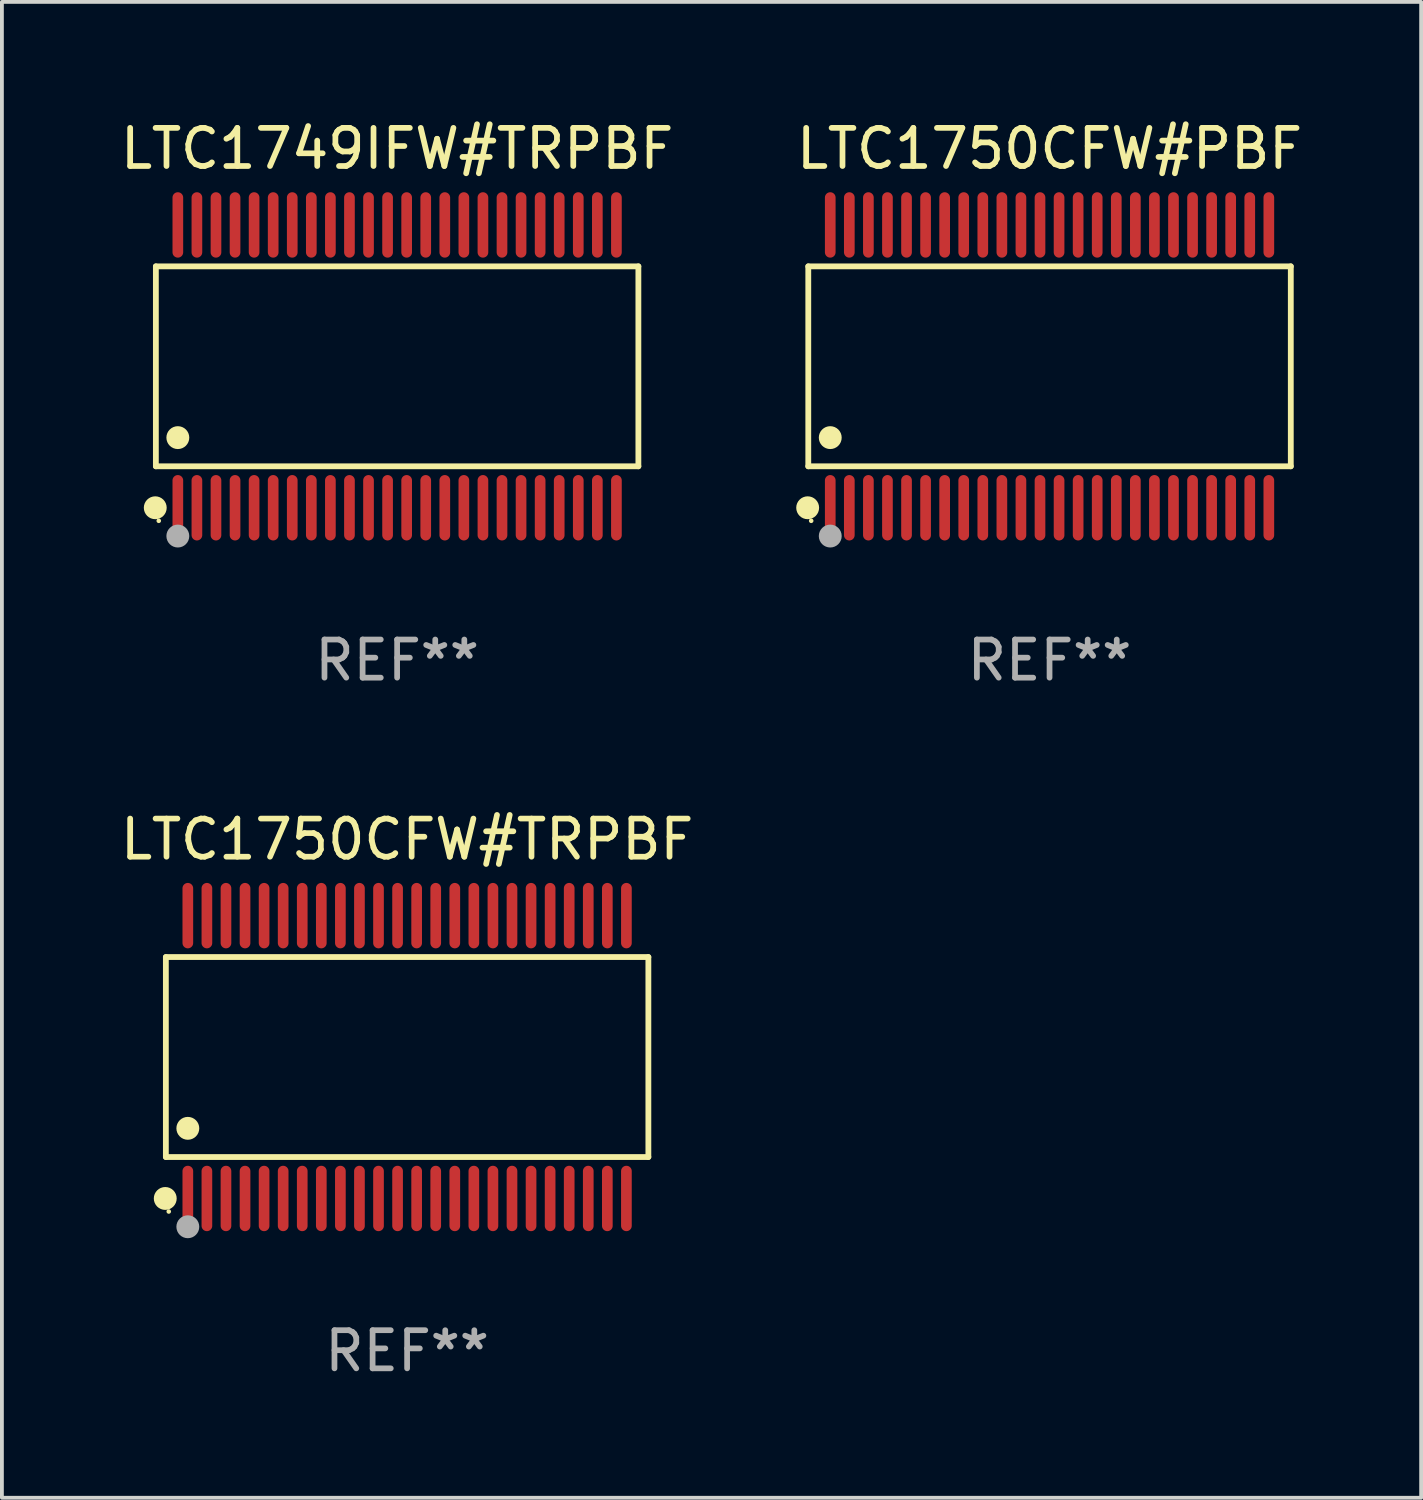
<source format=kicad_pcb>
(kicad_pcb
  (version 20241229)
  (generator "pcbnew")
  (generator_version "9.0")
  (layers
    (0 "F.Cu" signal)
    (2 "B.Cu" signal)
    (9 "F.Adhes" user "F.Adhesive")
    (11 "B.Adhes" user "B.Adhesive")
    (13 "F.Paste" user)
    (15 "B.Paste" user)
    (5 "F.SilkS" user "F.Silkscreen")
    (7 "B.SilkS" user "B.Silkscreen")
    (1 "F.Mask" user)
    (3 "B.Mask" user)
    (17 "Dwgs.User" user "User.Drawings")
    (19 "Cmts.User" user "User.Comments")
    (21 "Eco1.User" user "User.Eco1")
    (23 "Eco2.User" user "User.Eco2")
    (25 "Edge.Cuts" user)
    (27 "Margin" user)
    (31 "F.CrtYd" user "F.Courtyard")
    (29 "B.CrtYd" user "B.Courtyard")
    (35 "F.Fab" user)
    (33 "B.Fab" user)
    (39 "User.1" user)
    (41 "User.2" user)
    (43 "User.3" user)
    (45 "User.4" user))
  (footprint "LTC1750CFW#PBF"
    (layer "F.Cu")
    (at 24.47 6.556)
    (property "Reference" "LTC1750CFW#PBF" (at 0 -5.708 0) (layer "F.SilkS") (effects (font (size 1 1) (thickness 0.15))))
    (attr through_hole)
    (fp_line (start -6.326 -2.622) (end 6.326 -2.622) (stroke (width 0.152) (type solid)) (layer "F.SilkS"))
    (fp_line (start -6.326 2.621) (end -6.326 -2.622) (stroke (width 0.152) (type solid)) (layer "F.SilkS"))
    (fp_line (start 6.326 -2.622) (end 6.326 2.621) (stroke (width 0.152) (type solid)) (layer "F.SilkS"))
    (fp_line (start 6.326 2.621) (end -6.326 2.621) (stroke (width 0.152) (type solid)) (layer "F.SilkS"))
    (fp_circle (center -6.342 3.708) (end -6.192 3.708) (stroke (width 0.3) (type solid)) (fill no) (layer "F.SilkS"))
    (fp_circle (center -6.25 4.05) (end -6.22 4.05) (stroke (width 0.06) (type solid)) (fill no) (layer "F.SilkS"))
    (fp_circle (center -5.75 1.869) (end -5.6 1.869) (stroke (width 0.3) (type solid)) (fill no) (layer "F.SilkS"))
    (fp_circle (center -5.75 4.45) (end -5.6 4.45) (stroke (width 0.3) (type solid)) (fill no) (layer "F.Fab"))
    (fp_text user "REF**" (at 0 7.708 0) (layer "F.Fab") (effects (font (size 1 1) (thickness 0.15))))
    (pad "1" smd oval (at -5.75 3.708) (size 0.28 1.715) (layers "F.Cu" "F.Mask" "F.Paste"))
    (pad "2" smd oval (at -5.25 3.708) (size 0.28 1.715) (layers "F.Cu" "F.Mask" "F.Paste"))
    (pad "3" smd oval (at -4.75 3.708) (size 0.28 1.715) (layers "F.Cu" "F.Mask" "F.Paste"))
    (pad "4" smd oval (at -4.25 3.708) (size 0.28 1.715) (layers "F.Cu" "F.Mask" "F.Paste"))
    (pad "5" smd oval (at -3.75 3.708) (size 0.28 1.715) (layers "F.Cu" "F.Mask" "F.Paste"))
    (pad "6" smd oval (at -3.25 3.708) (size 0.28 1.715) (layers "F.Cu" "F.Mask" "F.Paste"))
    (pad "7" smd oval (at -2.75 3.708) (size 0.28 1.715) (layers "F.Cu" "F.Mask" "F.Paste"))
    (pad "8" smd oval (at -2.25 3.708) (size 0.28 1.715) (layers "F.Cu" "F.Mask" "F.Paste"))
    (pad "9" smd oval (at -1.75 3.708) (size 0.28 1.715) (layers "F.Cu" "F.Mask" "F.Paste"))
    (pad "10" smd oval (at -1.25 3.708) (size 0.28 1.715) (layers "F.Cu" "F.Mask" "F.Paste"))
    (pad "11" smd oval (at -0.75 3.708) (size 0.28 1.715) (layers "F.Cu" "F.Mask" "F.Paste"))
    (pad "12" smd oval (at -0.25 3.708) (size 0.28 1.715) (layers "F.Cu" "F.Mask" "F.Paste"))
    (pad "13" smd oval (at 0.25 3.708) (size 0.28 1.715) (layers "F.Cu" "F.Mask" "F.Paste"))
    (pad "14" smd oval (at 0.75 3.708) (size 0.28 1.715) (layers "F.Cu" "F.Mask" "F.Paste"))
    (pad "15" smd oval (at 1.25 3.708) (size 0.28 1.715) (layers "F.Cu" "F.Mask" "F.Paste"))
    (pad "16" smd oval (at 1.75 3.708) (size 0.28 1.715) (layers "F.Cu" "F.Mask" "F.Paste"))
    (pad "17" smd oval (at 2.25 3.708) (size 0.28 1.715) (layers "F.Cu" "F.Mask" "F.Paste"))
    (pad "18" smd oval (at 2.75 3.708) (size 0.28 1.715) (layers "F.Cu" "F.Mask" "F.Paste"))
    (pad "19" smd oval (at 3.25 3.708) (size 0.28 1.715) (layers "F.Cu" "F.Mask" "F.Paste"))
    (pad "20" smd oval (at 3.75 3.708) (size 0.28 1.715) (layers "F.Cu" "F.Mask" "F.Paste"))
    (pad "21" smd oval (at 4.25 3.708) (size 0.28 1.715) (layers "F.Cu" "F.Mask" "F.Paste"))
    (pad "22" smd oval (at 4.75 3.708) (size 0.28 1.715) (layers "F.Cu" "F.Mask" "F.Paste"))
    (pad "23" smd oval (at 5.25 3.708) (size 0.28 1.715) (layers "F.Cu" "F.Mask" "F.Paste"))
    (pad "24" smd oval (at 5.75 3.708) (size 0.28 1.715) (layers "F.Cu" "F.Mask" "F.Paste"))
    (pad "25" smd oval (at 5.75 -3.708) (size 0.28 1.715) (layers "F.Cu" "F.Mask" "F.Paste"))
    (pad "26" smd oval (at 5.25 -3.708) (size 0.28 1.715) (layers "F.Cu" "F.Mask" "F.Paste"))
    (pad "27" smd oval (at 4.75 -3.708) (size 0.28 1.715) (layers "F.Cu" "F.Mask" "F.Paste"))
    (pad "28" smd oval (at 4.25 -3.708) (size 0.28 1.715) (layers "F.Cu" "F.Mask" "F.Paste"))
    (pad "29" smd oval (at 3.75 -3.708) (size 0.28 1.715) (layers "F.Cu" "F.Mask" "F.Paste"))
    (pad "30" smd oval (at 3.25 -3.708) (size 0.28 1.715) (layers "F.Cu" "F.Mask" "F.Paste"))
    (pad "31" smd oval (at 2.75 -3.708) (size 0.28 1.715) (layers "F.Cu" "F.Mask" "F.Paste"))
    (pad "32" smd oval (at 2.25 -3.708) (size 0.28 1.715) (layers "F.Cu" "F.Mask" "F.Paste"))
    (pad "33" smd oval (at 1.75 -3.708) (size 0.28 1.715) (layers "F.Cu" "F.Mask" "F.Paste"))
    (pad "34" smd oval (at 1.25 -3.708) (size 0.28 1.715) (layers "F.Cu" "F.Mask" "F.Paste"))
    (pad "35" smd oval (at 0.75 -3.708) (size 0.28 1.715) (layers "F.Cu" "F.Mask" "F.Paste"))
    (pad "36" smd oval (at 0.25 -3.708) (size 0.28 1.715) (layers "F.Cu" "F.Mask" "F.Paste"))
    (pad "37" smd oval (at -0.25 -3.708) (size 0.28 1.715) (layers "F.Cu" "F.Mask" "F.Paste"))
    (pad "38" smd oval (at -0.75 -3.708) (size 0.28 1.715) (layers "F.Cu" "F.Mask" "F.Paste"))
    (pad "39" smd oval (at -1.25 -3.708) (size 0.28 1.715) (layers "F.Cu" "F.Mask" "F.Paste"))
    (pad "40" smd oval (at -1.75 -3.708) (size 0.28 1.715) (layers "F.Cu" "F.Mask" "F.Paste"))
    (pad "41" smd oval (at -2.25 -3.708) (size 0.28 1.715) (layers "F.Cu" "F.Mask" "F.Paste"))
    (pad "42" smd oval (at -2.75 -3.708) (size 0.28 1.715) (layers "F.Cu" "F.Mask" "F.Paste"))
    (pad "43" smd oval (at -3.25 -3.708) (size 0.28 1.715) (layers "F.Cu" "F.Mask" "F.Paste"))
    (pad "44" smd oval (at -3.75 -3.708) (size 0.28 1.715) (layers "F.Cu" "F.Mask" "F.Paste"))
    (pad "45" smd oval (at -4.25 -3.708) (size 0.28 1.715) (layers "F.Cu" "F.Mask" "F.Paste"))
    (pad "46" smd oval (at -4.75 -3.708) (size 0.28 1.715) (layers "F.Cu" "F.Mask" "F.Paste"))
    (pad "47" smd oval (at -5.25 -3.708) (size 0.28 1.715) (layers "F.Cu" "F.Mask" "F.Paste"))
    (pad "48" smd oval (at -5.75 -3.708) (size 0.28 1.715) (layers "F.Cu" "F.Mask" "F.Paste")))
  (footprint "LTC1750CFW#TRPBF"
    (layer "F.Cu")
    (at 7.625 24.667)
    (property "Reference" "LTC1750CFW#TRPBF" (at 0 -5.708 0) (layer "F.SilkS") (effects (font (size 1 1) (thickness 0.15))))
    (attr through_hole)
    (fp_line (start -6.326 -2.622) (end 6.326 -2.622) (stroke (width 0.152) (type solid)) (layer "F.SilkS"))
    (fp_line (start -6.326 2.621) (end -6.326 -2.622) (stroke (width 0.152) (type solid)) (layer "F.SilkS"))
    (fp_line (start 6.326 -2.622) (end 6.326 2.621) (stroke (width 0.152) (type solid)) (layer "F.SilkS"))
    (fp_line (start 6.326 2.621) (end -6.326 2.621) (stroke (width 0.152) (type solid)) (layer "F.SilkS"))
    (fp_circle (center -6.342 3.708) (end -6.192 3.708) (stroke (width 0.3) (type solid)) (fill no) (layer "F.SilkS"))
    (fp_circle (center -6.25 4.05) (end -6.22 4.05) (stroke (width 0.06) (type solid)) (fill no) (layer "F.SilkS"))
    (fp_circle (center -5.75 1.869) (end -5.6 1.869) (stroke (width 0.3) (type solid)) (fill no) (layer "F.SilkS"))
    (fp_circle (center -5.75 4.45) (end -5.6 4.45) (stroke (width 0.3) (type solid)) (fill no) (layer "F.Fab"))
    (fp_text user "REF**" (at 0 7.708 0) (layer "F.Fab") (effects (font (size 1 1) (thickness 0.15))))
    (pad "1" smd oval (at -5.75 3.708) (size 0.28 1.715) (layers "F.Cu" "F.Mask" "F.Paste"))
    (pad "2" smd oval (at -5.25 3.708) (size 0.28 1.715) (layers "F.Cu" "F.Mask" "F.Paste"))
    (pad "3" smd oval (at -4.75 3.708) (size 0.28 1.715) (layers "F.Cu" "F.Mask" "F.Paste"))
    (pad "4" smd oval (at -4.25 3.708) (size 0.28 1.715) (layers "F.Cu" "F.Mask" "F.Paste"))
    (pad "5" smd oval (at -3.75 3.708) (size 0.28 1.715) (layers "F.Cu" "F.Mask" "F.Paste"))
    (pad "6" smd oval (at -3.25 3.708) (size 0.28 1.715) (layers "F.Cu" "F.Mask" "F.Paste"))
    (pad "7" smd oval (at -2.75 3.708) (size 0.28 1.715) (layers "F.Cu" "F.Mask" "F.Paste"))
    (pad "8" smd oval (at -2.25 3.708) (size 0.28 1.715) (layers "F.Cu" "F.Mask" "F.Paste"))
    (pad "9" smd oval (at -1.75 3.708) (size 0.28 1.715) (layers "F.Cu" "F.Mask" "F.Paste"))
    (pad "10" smd oval (at -1.25 3.708) (size 0.28 1.715) (layers "F.Cu" "F.Mask" "F.Paste"))
    (pad "11" smd oval (at -0.75 3.708) (size 0.28 1.715) (layers "F.Cu" "F.Mask" "F.Paste"))
    (pad "12" smd oval (at -0.25 3.708) (size 0.28 1.715) (layers "F.Cu" "F.Mask" "F.Paste"))
    (pad "13" smd oval (at 0.25 3.708) (size 0.28 1.715) (layers "F.Cu" "F.Mask" "F.Paste"))
    (pad "14" smd oval (at 0.75 3.708) (size 0.28 1.715) (layers "F.Cu" "F.Mask" "F.Paste"))
    (pad "15" smd oval (at 1.25 3.708) (size 0.28 1.715) (layers "F.Cu" "F.Mask" "F.Paste"))
    (pad "16" smd oval (at 1.75 3.708) (size 0.28 1.715) (layers "F.Cu" "F.Mask" "F.Paste"))
    (pad "17" smd oval (at 2.25 3.708) (size 0.28 1.715) (layers "F.Cu" "F.Mask" "F.Paste"))
    (pad "18" smd oval (at 2.75 3.708) (size 0.28 1.715) (layers "F.Cu" "F.Mask" "F.Paste"))
    (pad "19" smd oval (at 3.25 3.708) (size 0.28 1.715) (layers "F.Cu" "F.Mask" "F.Paste"))
    (pad "20" smd oval (at 3.75 3.708) (size 0.28 1.715) (layers "F.Cu" "F.Mask" "F.Paste"))
    (pad "21" smd oval (at 4.25 3.708) (size 0.28 1.715) (layers "F.Cu" "F.Mask" "F.Paste"))
    (pad "22" smd oval (at 4.75 3.708) (size 0.28 1.715) (layers "F.Cu" "F.Mask" "F.Paste"))
    (pad "23" smd oval (at 5.25 3.708) (size 0.28 1.715) (layers "F.Cu" "F.Mask" "F.Paste"))
    (pad "24" smd oval (at 5.75 3.708) (size 0.28 1.715) (layers "F.Cu" "F.Mask" "F.Paste"))
    (pad "25" smd oval (at 5.75 -3.708) (size 0.28 1.715) (layers "F.Cu" "F.Mask" "F.Paste"))
    (pad "26" smd oval (at 5.25 -3.708) (size 0.28 1.715) (layers "F.Cu" "F.Mask" "F.Paste"))
    (pad "27" smd oval (at 4.75 -3.708) (size 0.28 1.715) (layers "F.Cu" "F.Mask" "F.Paste"))
    (pad "28" smd oval (at 4.25 -3.708) (size 0.28 1.715) (layers "F.Cu" "F.Mask" "F.Paste"))
    (pad "29" smd oval (at 3.75 -3.708) (size 0.28 1.715) (layers "F.Cu" "F.Mask" "F.Paste"))
    (pad "30" smd oval (at 3.25 -3.708) (size 0.28 1.715) (layers "F.Cu" "F.Mask" "F.Paste"))
    (pad "31" smd oval (at 2.75 -3.708) (size 0.28 1.715) (layers "F.Cu" "F.Mask" "F.Paste"))
    (pad "32" smd oval (at 2.25 -3.708) (size 0.28 1.715) (layers "F.Cu" "F.Mask" "F.Paste"))
    (pad "33" smd oval (at 1.75 -3.708) (size 0.28 1.715) (layers "F.Cu" "F.Mask" "F.Paste"))
    (pad "34" smd oval (at 1.25 -3.708) (size 0.28 1.715) (layers "F.Cu" "F.Mask" "F.Paste"))
    (pad "35" smd oval (at 0.75 -3.708) (size 0.28 1.715) (layers "F.Cu" "F.Mask" "F.Paste"))
    (pad "36" smd oval (at 0.25 -3.708) (size 0.28 1.715) (layers "F.Cu" "F.Mask" "F.Paste"))
    (pad "37" smd oval (at -0.25 -3.708) (size 0.28 1.715) (layers "F.Cu" "F.Mask" "F.Paste"))
    (pad "38" smd oval (at -0.75 -3.708) (size 0.28 1.715) (layers "F.Cu" "F.Mask" "F.Paste"))
    (pad "39" smd oval (at -1.25 -3.708) (size 0.28 1.715) (layers "F.Cu" "F.Mask" "F.Paste"))
    (pad "40" smd oval (at -1.75 -3.708) (size 0.28 1.715) (layers "F.Cu" "F.Mask" "F.Paste"))
    (pad "41" smd oval (at -2.25 -3.708) (size 0.28 1.715) (layers "F.Cu" "F.Mask" "F.Paste"))
    (pad "42" smd oval (at -2.75 -3.708) (size 0.28 1.715) (layers "F.Cu" "F.Mask" "F.Paste"))
    (pad "43" smd oval (at -3.25 -3.708) (size 0.28 1.715) (layers "F.Cu" "F.Mask" "F.Paste"))
    (pad "44" smd oval (at -3.75 -3.708) (size 0.28 1.715) (layers "F.Cu" "F.Mask" "F.Paste"))
    (pad "45" smd oval (at -4.25 -3.708) (size 0.28 1.715) (layers "F.Cu" "F.Mask" "F.Paste"))
    (pad "46" smd oval (at -4.75 -3.708) (size 0.28 1.715) (layers "F.Cu" "F.Mask" "F.Paste"))
    (pad "47" smd oval (at -5.25 -3.708) (size 0.28 1.715) (layers "F.Cu" "F.Mask" "F.Paste"))
    (pad "48" smd oval (at -5.75 -3.708) (size 0.28 1.715) (layers "F.Cu" "F.Mask" "F.Paste")))
  (footprint "LTC1749IFW#TRPBF"
    (layer "F.Cu")
    (at 7.363 6.556)
    (property "Reference" "LTC1749IFW#TRPBF" (at 0 -5.708 0) (layer "F.SilkS") (effects (font (size 1 1) (thickness 0.15))))
    (attr through_hole)
    (fp_line (start -6.326 -2.622) (end 6.326 -2.622) (stroke (width 0.152) (type solid)) (layer "F.SilkS"))
    (fp_line (start -6.326 2.621) (end -6.326 -2.622) (stroke (width 0.152) (type solid)) (layer "F.SilkS"))
    (fp_line (start 6.326 -2.622) (end 6.326 2.621) (stroke (width 0.152) (type solid)) (layer "F.SilkS"))
    (fp_line (start 6.326 2.621) (end -6.326 2.621) (stroke (width 0.152) (type solid)) (layer "F.SilkS"))
    (fp_circle (center -6.342 3.708) (end -6.192 3.708) (stroke (width 0.3) (type solid)) (fill no) (layer "F.SilkS"))
    (fp_circle (center -6.25 4.05) (end -6.22 4.05) (stroke (width 0.06) (type solid)) (fill no) (layer "F.SilkS"))
    (fp_circle (center -5.75 1.869) (end -5.6 1.869) (stroke (width 0.3) (type solid)) (fill no) (layer "F.SilkS"))
    (fp_circle (center -5.75 4.45) (end -5.6 4.45) (stroke (width 0.3) (type solid)) (fill no) (layer "F.Fab"))
    (fp_text user "REF**" (at 0 7.708 0) (layer "F.Fab") (effects (font (size 1 1) (thickness 0.15))))
    (pad "1" smd oval (at -5.75 3.708) (size 0.28 1.715) (layers "F.Cu" "F.Mask" "F.Paste"))
    (pad "2" smd oval (at -5.25 3.708) (size 0.28 1.715) (layers "F.Cu" "F.Mask" "F.Paste"))
    (pad "3" smd oval (at -4.75 3.708) (size 0.28 1.715) (layers "F.Cu" "F.Mask" "F.Paste"))
    (pad "4" smd oval (at -4.25 3.708) (size 0.28 1.715) (layers "F.Cu" "F.Mask" "F.Paste"))
    (pad "5" smd oval (at -3.75 3.708) (size 0.28 1.715) (layers "F.Cu" "F.Mask" "F.Paste"))
    (pad "6" smd oval (at -3.25 3.708) (size 0.28 1.715) (layers "F.Cu" "F.Mask" "F.Paste"))
    (pad "7" smd oval (at -2.75 3.708) (size 0.28 1.715) (layers "F.Cu" "F.Mask" "F.Paste"))
    (pad "8" smd oval (at -2.25 3.708) (size 0.28 1.715) (layers "F.Cu" "F.Mask" "F.Paste"))
    (pad "9" smd oval (at -1.75 3.708) (size 0.28 1.715) (layers "F.Cu" "F.Mask" "F.Paste"))
    (pad "10" smd oval (at -1.25 3.708) (size 0.28 1.715) (layers "F.Cu" "F.Mask" "F.Paste"))
    (pad "11" smd oval (at -0.75 3.708) (size 0.28 1.715) (layers "F.Cu" "F.Mask" "F.Paste"))
    (pad "12" smd oval (at -0.25 3.708) (size 0.28 1.715) (layers "F.Cu" "F.Mask" "F.Paste"))
    (pad "13" smd oval (at 0.25 3.708) (size 0.28 1.715) (layers "F.Cu" "F.Mask" "F.Paste"))
    (pad "14" smd oval (at 0.75 3.708) (size 0.28 1.715) (layers "F.Cu" "F.Mask" "F.Paste"))
    (pad "15" smd oval (at 1.25 3.708) (size 0.28 1.715) (layers "F.Cu" "F.Mask" "F.Paste"))
    (pad "16" smd oval (at 1.75 3.708) (size 0.28 1.715) (layers "F.Cu" "F.Mask" "F.Paste"))
    (pad "17" smd oval (at 2.25 3.708) (size 0.28 1.715) (layers "F.Cu" "F.Mask" "F.Paste"))
    (pad "18" smd oval (at 2.75 3.708) (size 0.28 1.715) (layers "F.Cu" "F.Mask" "F.Paste"))
    (pad "19" smd oval (at 3.25 3.708) (size 0.28 1.715) (layers "F.Cu" "F.Mask" "F.Paste"))
    (pad "20" smd oval (at 3.75 3.708) (size 0.28 1.715) (layers "F.Cu" "F.Mask" "F.Paste"))
    (pad "21" smd oval (at 4.25 3.708) (size 0.28 1.715) (layers "F.Cu" "F.Mask" "F.Paste"))
    (pad "22" smd oval (at 4.75 3.708) (size 0.28 1.715) (layers "F.Cu" "F.Mask" "F.Paste"))
    (pad "23" smd oval (at 5.25 3.708) (size 0.28 1.715) (layers "F.Cu" "F.Mask" "F.Paste"))
    (pad "24" smd oval (at 5.75 3.708) (size 0.28 1.715) (layers "F.Cu" "F.Mask" "F.Paste"))
    (pad "25" smd oval (at 5.75 -3.708) (size 0.28 1.715) (layers "F.Cu" "F.Mask" "F.Paste"))
    (pad "26" smd oval (at 5.25 -3.708) (size 0.28 1.715) (layers "F.Cu" "F.Mask" "F.Paste"))
    (pad "27" smd oval (at 4.75 -3.708) (size 0.28 1.715) (layers "F.Cu" "F.Mask" "F.Paste"))
    (pad "28" smd oval (at 4.25 -3.708) (size 0.28 1.715) (layers "F.Cu" "F.Mask" "F.Paste"))
    (pad "29" smd oval (at 3.75 -3.708) (size 0.28 1.715) (layers "F.Cu" "F.Mask" "F.Paste"))
    (pad "30" smd oval (at 3.25 -3.708) (size 0.28 1.715) (layers "F.Cu" "F.Mask" "F.Paste"))
    (pad "31" smd oval (at 2.75 -3.708) (size 0.28 1.715) (layers "F.Cu" "F.Mask" "F.Paste"))
    (pad "32" smd oval (at 2.25 -3.708) (size 0.28 1.715) (layers "F.Cu" "F.Mask" "F.Paste"))
    (pad "33" smd oval (at 1.75 -3.708) (size 0.28 1.715) (layers "F.Cu" "F.Mask" "F.Paste"))
    (pad "34" smd oval (at 1.25 -3.708) (size 0.28 1.715) (layers "F.Cu" "F.Mask" "F.Paste"))
    (pad "35" smd oval (at 0.75 -3.708) (size 0.28 1.715) (layers "F.Cu" "F.Mask" "F.Paste"))
    (pad "36" smd oval (at 0.25 -3.708) (size 0.28 1.715) (layers "F.Cu" "F.Mask" "F.Paste"))
    (pad "37" smd oval (at -0.25 -3.708) (size 0.28 1.715) (layers "F.Cu" "F.Mask" "F.Paste"))
    (pad "38" smd oval (at -0.75 -3.708) (size 0.28 1.715) (layers "F.Cu" "F.Mask" "F.Paste"))
    (pad "39" smd oval (at -1.25 -3.708) (size 0.28 1.715) (layers "F.Cu" "F.Mask" "F.Paste"))
    (pad "40" smd oval (at -1.75 -3.708) (size 0.28 1.715) (layers "F.Cu" "F.Mask" "F.Paste"))
    (pad "41" smd oval (at -2.25 -3.708) (size 0.28 1.715) (layers "F.Cu" "F.Mask" "F.Paste"))
    (pad "42" smd oval (at -2.75 -3.708) (size 0.28 1.715) (layers "F.Cu" "F.Mask" "F.Paste"))
    (pad "43" smd oval (at -3.25 -3.708) (size 0.28 1.715) (layers "F.Cu" "F.Mask" "F.Paste"))
    (pad "44" smd oval (at -3.75 -3.708) (size 0.28 1.715) (layers "F.Cu" "F.Mask" "F.Paste"))
    (pad "45" smd oval (at -4.25 -3.708) (size 0.28 1.715) (layers "F.Cu" "F.Mask" "F.Paste"))
    (pad "46" smd oval (at -4.75 -3.708) (size 0.28 1.715) (layers "F.Cu" "F.Mask" "F.Paste"))
    (pad "47" smd oval (at -5.25 -3.708) (size 0.28 1.715) (layers "F.Cu" "F.Mask" "F.Paste"))
    (pad "48" smd oval (at -5.75 -3.708) (size 0.28 1.715) (layers "F.Cu" "F.Mask" "F.Paste")))
  (gr_rect
    (start -3 -3)
    (end 34.214 36.223)
    (stroke (width 0.1) (type default))
    (fill no)
    (layer "Edge.Cuts")))
</source>
